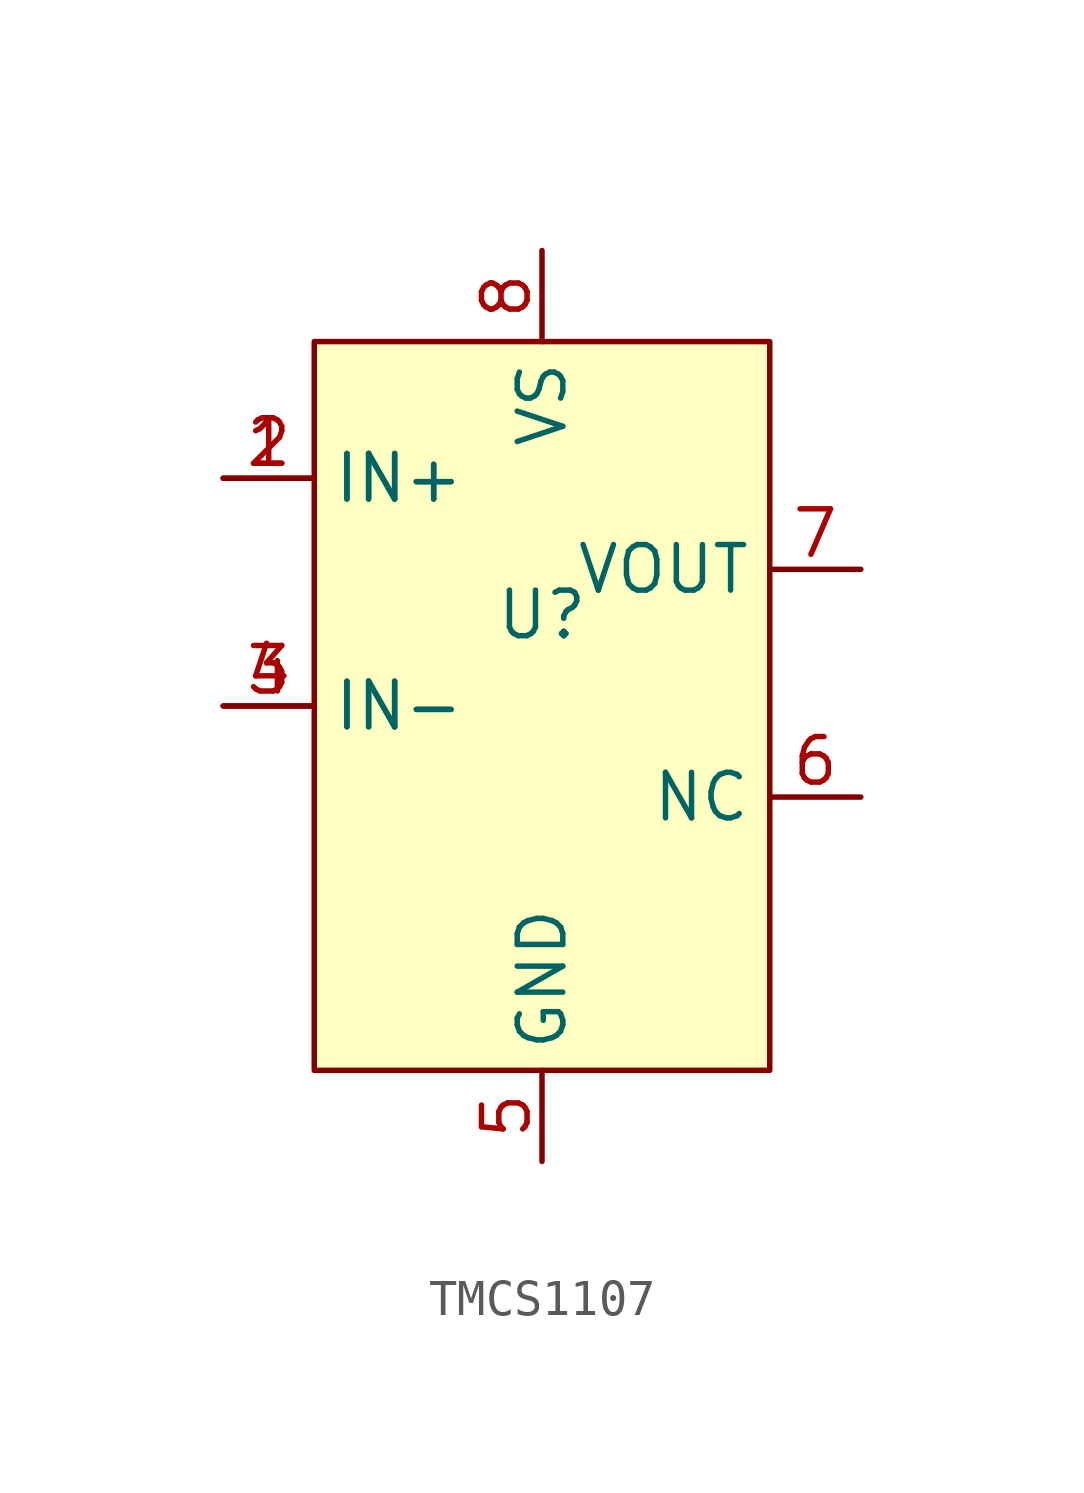
<source format=kicad_sym>
(kicad_symbol_lib
  (version 20241209)
  (generator "kicad_symbol_editor")
  (generator_version "9.0")
  (symbol "TMCS1107"
    (property "Reference" "U"
      (at 0 0 0)
      (effects (font (size 1.27 1.27))))
    (property "Value" ""
      (at 0 0 0)
      (effects (font (size 1.27 1.27))))
    (symbol "TMCS1107_1_1"
      (rectangle (start -6.35 7.62) (end 6.35 -12.7) (stroke (width 0) (type solid)) (fill (type background)))
      (pin input line (at -8.89 3.81 0) (length 2.54) (name "IN+" (effects (font (size 1.27 1.27)))) (number "1" (effects (font (size 1.27 1.27)))))
      (pin input line (at -8.89 3.81 0) (length 2.54) (name "IN+" (effects (font (size 1.27 1.27)))) (number "2" (effects (font (size 1.27 1.27)))))
      (pin output line (at -8.89 -2.54 0) (length 2.54) (name "IN-" (effects (font (size 1.27 1.27)))) (number "3" (effects (font (size 1.27 1.27)))))
      (pin output line (at -8.89 -2.54 0) (length 2.54) (name "IN-" (effects (font (size 1.27 1.27)))) (number "4" (effects (font (size 1.27 1.27)))))
      (pin power_in line (at 0 10.16 270) (length 2.54) (name "VS" (effects (font (size 1.27 1.27)))) (number "8" (effects (font (size 1.27 1.27)))))
      (pin power_out line (at 0 -15.24 90) (length 2.54) (name "GND" (effects (font (size 1.27 1.27)))) (number "5" (effects (font (size 1.27 1.27)))))
      (pin output line (at 8.89 1.27 180) (length 2.54) (name "VOUT" (effects (font (size 1.27 1.27)))) (number "7" (effects (font (size 1.27 1.27)))))
      (pin unspecified line (at 8.89 -5.08 180) (length 2.54) (name "NC" (effects (font (size 1.27 1.27)))) (number "6" (effects (font (size 1.27 1.27))))))))
</source>
